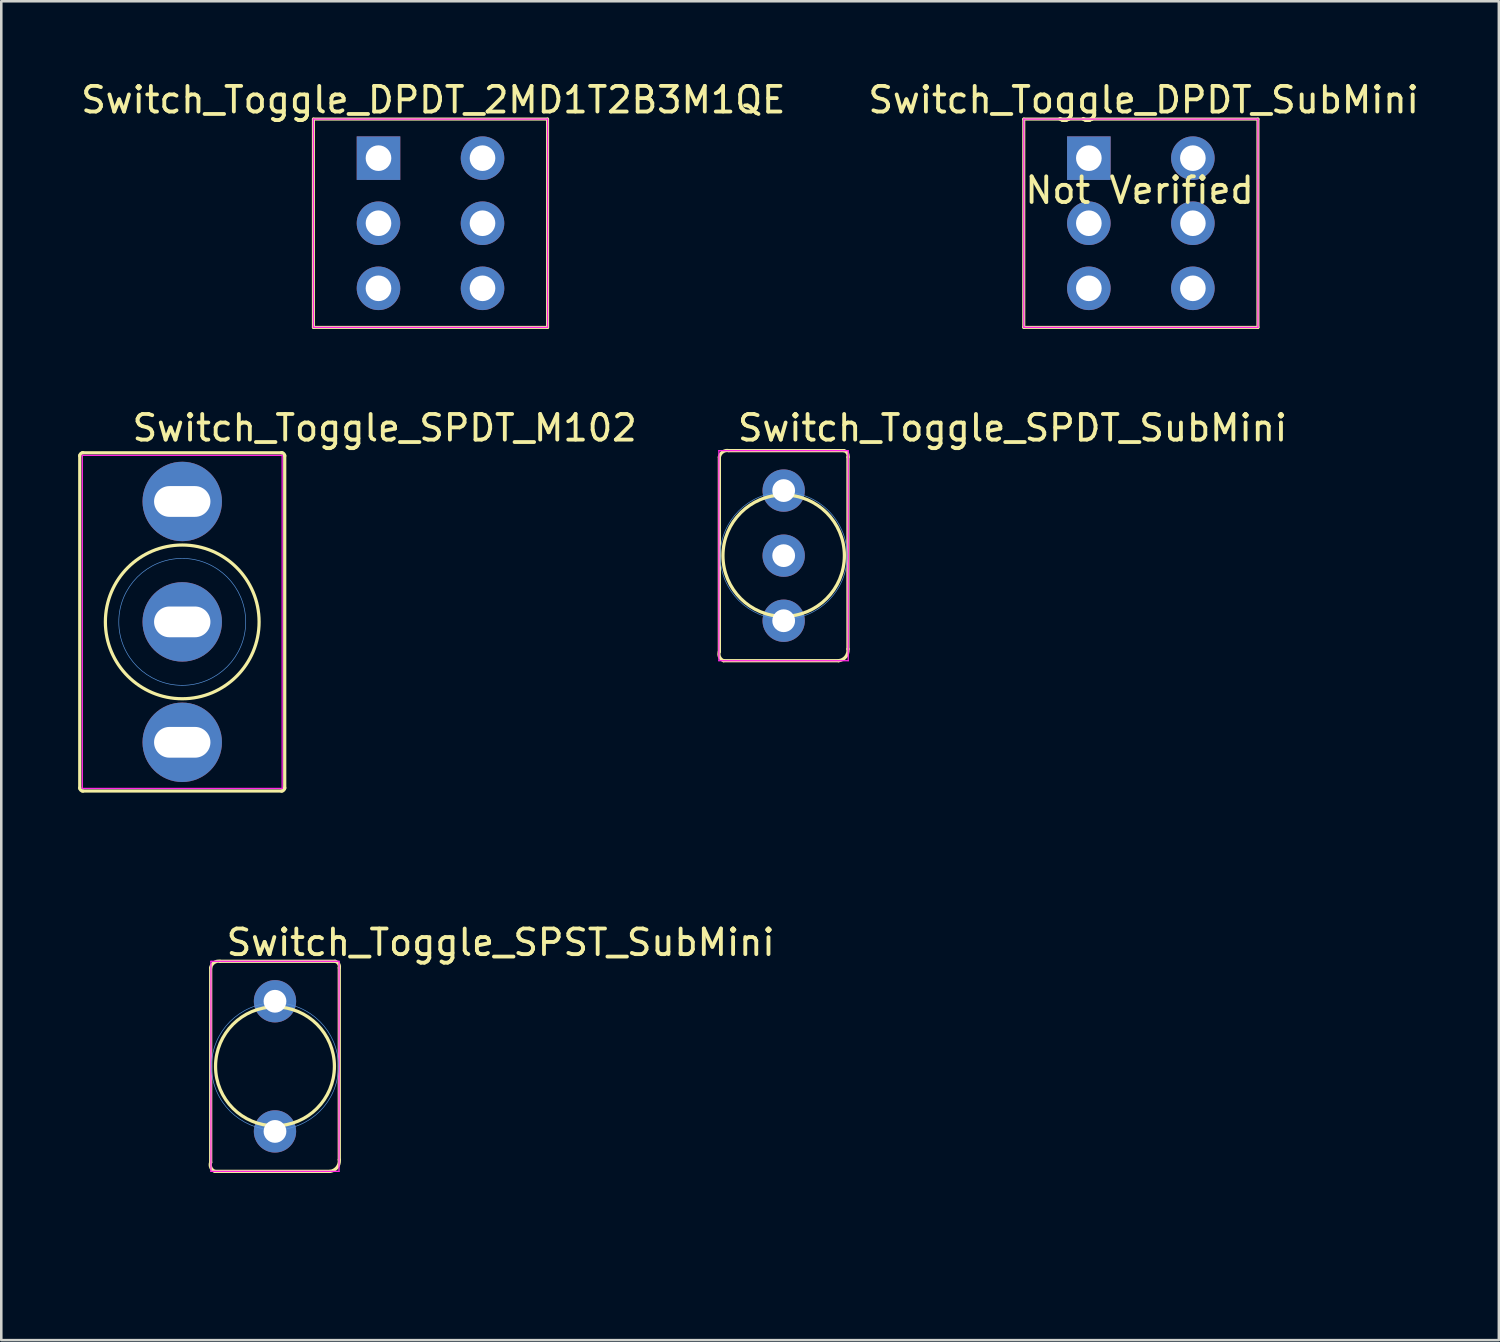
<source format=kicad_pcb>
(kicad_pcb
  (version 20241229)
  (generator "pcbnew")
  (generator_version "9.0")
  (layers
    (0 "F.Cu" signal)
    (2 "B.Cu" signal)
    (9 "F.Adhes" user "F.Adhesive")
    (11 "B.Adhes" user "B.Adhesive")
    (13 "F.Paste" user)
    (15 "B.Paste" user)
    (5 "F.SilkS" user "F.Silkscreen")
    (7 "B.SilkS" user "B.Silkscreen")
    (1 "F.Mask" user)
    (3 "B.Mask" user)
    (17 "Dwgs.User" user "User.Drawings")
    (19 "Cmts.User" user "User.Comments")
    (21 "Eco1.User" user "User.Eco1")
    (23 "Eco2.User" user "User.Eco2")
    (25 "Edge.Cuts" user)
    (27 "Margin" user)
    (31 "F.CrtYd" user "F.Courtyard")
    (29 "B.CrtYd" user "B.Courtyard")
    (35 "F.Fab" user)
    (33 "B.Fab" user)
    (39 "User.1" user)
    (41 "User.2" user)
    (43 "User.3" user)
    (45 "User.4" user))
  (footprint "Switch_Toggle_DPDT_2MD1T2B3M1QE"
    (layer "F.Cu")
    (at 13.733 5.648)
    (property "Reference" "Switch_Toggle_DPDT_2MD1T2B3M1QE" (at 0.13 -4.8 180) (layer "F.SilkS") (effects (font (size 1 1) (thickness 0.15))))
    (attr through_hole)
    (fp_line (start -4.55 -4.05) (end -4.55 4.08) (stroke (width 0.12) (type solid)) (layer "F.SilkS"))
    (fp_line (start -4.55 4.08) (end 4.59 4.08) (stroke (width 0.12) (type solid)) (layer "F.SilkS"))
    (fp_line (start 4.59 -4.05) (end -4.55 -4.05) (stroke (width 0.12) (type solid)) (layer "F.SilkS"))
    (fp_line (start 4.59 4.08) (end 4.59 -4.05) (stroke (width 0.12) (type solid)) (layer "F.SilkS"))
    (fp_line (start -4.55 -4.05) (end -4.55 4.08) (stroke (width 0.05) (type solid)) (layer "F.CrtYd"))
    (fp_line (start -4.55 4.08) (end 4.59 4.08) (stroke (width 0.05) (type solid)) (layer "F.CrtYd"))
    (fp_line (start 4.59 -4.05) (end -4.55 -4.05) (stroke (width 0.05) (type solid)) (layer "F.CrtYd"))
    (fp_line (start 4.59 4.08) (end 4.59 -4.05) (stroke (width 0.05) (type solid)) (layer "F.CrtYd"))
    (fp_text user "" (at 0.05 -4.8 0) (layer "F.SilkS") (effects (font (size 1 1) (thickness 0.15))))
    (pad "1" thru_hole rect (at -2.01 -2.525) (size 1.7 1.7) (drill 1) (layers "*.Cu" "*.Mask"))
    (pad "2" thru_hole oval (at -2.01 0.015) (size 1.7 1.7) (drill 1) (layers "*.Cu" "*.Mask"))
    (pad "3" thru_hole oval (at -2.01 2.555) (size 1.7 1.7) (drill 1) (layers "*.Cu" "*.Mask"))
    (pad "4" thru_hole oval (at 2.05 -2.525) (size 1.7 1.7) (drill 1) (layers "*.Cu" "*.Mask"))
    (pad "5" thru_hole oval (at 2.05 0.015) (size 1.7 1.7) (drill 1) (layers "*.Cu" "*.Mask"))
    (pad "6" thru_hole oval (at 2.05 2.555) (size 1.7 1.7) (drill 1) (layers "*.Cu" "*.Mask")))
  (footprint "Switch_Toggle_SPDT_SubMini"
    (layer "F.Cu")
    (at 27.538 18.638)
    (property "Reference" "Switch_Toggle_SPDT_SubMini" (at -1.88 -4.4 0) (layer "F.SilkS") (effects (font (size 1 1) (thickness 0.15)) (justify left bottom)))
    (attr through_hole)
    (fp_line (start -2.51 3.746) (end -2.51 -3.846) (stroke (width 0.127) (type solid)) (layer "F.SilkS"))
    (fp_line (start -2.146 -4.1) (end 2.346 -4.1) (stroke (width 0.127) (type solid)) (layer "F.SilkS"))
    (fp_line (start 2.146 4.1) (end -2.346 4.1) (stroke (width 0.127) (type solid)) (layer "F.SilkS"))
    (fp_line (start 2.51 -3.846) (end 2.51 3.646) (stroke (width 0.127) (type solid)) (layer "F.SilkS"))
    (fp_arc (start -2.51 -3.846) (mid -2.380625 -4.048417) (end -2.145999 -4.100001) (stroke (width 0.127) (type solid)) (layer "F.SilkS"))
    (fp_arc (start -2.346 4.1) (mid -2.501345 3.956979) (end -2.51 3.746) (stroke (width 0.127) (type solid)) (layer "F.SilkS"))
    (fp_arc (start 2.346 -4.1) (mid 2.480605 -4.006966) (end 2.51 -3.846) (stroke (width 0.127) (type solid)) (layer "F.SilkS"))
    (fp_arc (start 2.51 3.646) (mid 2.422026 3.948387) (end 2.146 4.1) (stroke (width 0.127) (type solid)) (layer "F.SilkS"))
    (fp_circle (center 0 0) (end 2.37 0) (stroke (width 0.127) (type solid)) (fill no) (layer "F.SilkS"))
    (fp_circle (center 0 0) (end 2.477 0) (stroke (width 0.025) (type solid)) (fill no) (layer "Cmts.User"))
    (fp_line (start -2.53 -4.1) (end 2.52 -4.1) (stroke (width 0.05) (type solid)) (layer "F.CrtYd"))
    (fp_line (start -2.53 4.1) (end -2.53 -4.1) (stroke (width 0.05) (type solid)) (layer "F.CrtYd"))
    (fp_line (start 2.52 -4.1) (end 2.52 4.1) (stroke (width 0.05) (type solid)) (layer "F.CrtYd"))
    (fp_line (start 2.52 4.1) (end -2.53 4.1) (stroke (width 0.05) (type solid)) (layer "F.CrtYd"))
    (pad "1" thru_hole circle (at 0 -2.54) (size 1.651 1.651) (drill 0.889) (layers "*.Cu" "*.Mask"))
    (pad "2" thru_hole circle (at 0 0) (size 1.651 1.651) (drill 0.889) (layers "*.Cu" "*.Mask"))
    (pad "3" thru_hole circle (at 0 2.54) (size 1.651 1.651) (drill 0.889) (layers "*.Cu" "*.Mask")))
  (footprint "Switch_Toggle_SPDT_M102"
    (layer "F.Cu")
    (at 4.063 21.223)
    (property "Reference" "Switch_Toggle_SPDT_M102" (at -2.032 -6.985 0) (layer "F.SilkS") (effects (font (size 1 1) (thickness 0.15)) (justify left bottom)))
    (attr through_hole)
    (fp_line (start -4 6.5) (end -4 -6.5) (stroke (width 0.125) (type solid)) (layer "F.SilkS"))
    (fp_line (start -3.9 -6.6) (end 3.9 -6.6) (stroke (width 0.125) (type solid)) (layer "F.SilkS"))
    (fp_line (start 3.9 6.6) (end -3.9 6.6) (stroke (width 0.125) (type solid)) (layer "F.SilkS"))
    (fp_line (start 4 -6.5) (end 4 6.5) (stroke (width 0.125) (type solid)) (layer "F.SilkS"))
    (fp_arc (start -4.0005 -6.477) (mid -3.963303 -6.566803) (end -3.8735 -6.604) (stroke (width 0.125) (type solid)) (layer "F.SilkS"))
    (fp_arc (start -3.8735 6.604) (mid -3.963303 6.566803) (end -4.0005 6.477) (stroke (width 0.125) (type solid)) (layer "F.SilkS"))
    (fp_arc (start 3.8735 -6.604) (mid 3.963303 -6.566803) (end 4.0005 -6.477) (stroke (width 0.125) (type solid)) (layer "F.SilkS"))
    (fp_arc (start 4.0005 6.477) (mid 3.963303 6.566803) (end 3.8735 6.604) (stroke (width 0.125) (type solid)) (layer "F.SilkS"))
    (fp_circle (center 0 0) (end 3 0) (stroke (width 0.125) (type solid)) (fill no) (layer "F.SilkS"))
    (fp_circle (center 0 0) (end 2.477 0) (stroke (width 0.025) (type solid)) (fill no) (layer "Cmts.User"))
    (fp_line (start -3.9 -6.5) (end 3.9 -6.5) (stroke (width 0.05) (type solid)) (layer "F.CrtYd"))
    (fp_line (start -3.9 6.5) (end -3.9 -6.5) (stroke (width 0.05) (type solid)) (layer "F.CrtYd"))
    (fp_line (start 3.9 -6.5) (end 3.9 6.5) (stroke (width 0.05) (type solid)) (layer "F.CrtYd"))
    (fp_line (start 3.9 6.5) (end -3.9 6.5) (stroke (width 0.05) (type solid)) (layer "F.CrtYd"))
    (pad "1" thru_hole circle (at 0 -4.7) (size 3.1 3.1) (drill oval 2.2 1.2) (layers "*.Cu" "*.Mask"))
    (pad "2" thru_hole circle (at 0 0) (size 3.1 3.1) (drill oval 2.2 1.2) (layers "*.Cu" "*.Mask"))
    (pad "3" thru_hole circle (at 0 4.7) (size 3.1 3.1) (drill oval 2.2 1.2) (layers "*.Cu" "*.Mask")))
  (footprint "Switch_Toggle_SPST_SubMini"
    (layer "F.Cu")
    (at 7.683 38.571)
    (property "Reference" "Switch_Toggle_SPST_SubMini" (at -1.98 -4.25 0) (layer "F.SilkS") (effects (font (size 1 1) (thickness 0.15)) (justify left bottom)))
    (attr through_hole)
    (fp_line (start -2.51 3.746) (end -2.51 -3.846) (stroke (width 0.127) (type solid)) (layer "F.SilkS"))
    (fp_line (start -2.146 -4.1) (end 2.346 -4.1) (stroke (width 0.127) (type solid)) (layer "F.SilkS"))
    (fp_line (start 2.146 4.1) (end -2.346 4.1) (stroke (width 0.127) (type solid)) (layer "F.SilkS"))
    (fp_line (start 2.51 -3.846) (end 2.51 3.646) (stroke (width 0.127) (type solid)) (layer "F.SilkS"))
    (fp_arc (start -2.51 -3.846) (mid -2.380625 -4.048417) (end -2.145999 -4.100001) (stroke (width 0.127) (type solid)) (layer "F.SilkS"))
    (fp_arc (start -2.346 4.1) (mid -2.501345 3.956979) (end -2.51 3.746) (stroke (width 0.127) (type solid)) (layer "F.SilkS"))
    (fp_arc (start 2.346 -4.1) (mid 2.480605 -4.006966) (end 2.51 -3.846) (stroke (width 0.127) (type solid)) (layer "F.SilkS"))
    (fp_arc (start 2.51 3.646) (mid 2.422026 3.948387) (end 2.146 4.1) (stroke (width 0.127) (type solid)) (layer "F.SilkS"))
    (fp_circle (center 0 0) (end 2.32 0) (stroke (width 0.127) (type solid)) (fill no) (layer "F.SilkS"))
    (fp_circle (center 0 0) (end 2.477 0) (stroke (width 0.025) (type solid)) (fill no) (layer "Cmts.User"))
    (fp_circle (center 0.000163 0.002) (end 7.62 0.002) (stroke (width 0.127) (type solid)) (fill no) (layer "Eco1.User"))
    (fp_line (start -2.5 -4.1) (end -2.5 4.1) (stroke (width 0.05) (type solid)) (layer "F.CrtYd"))
    (fp_line (start -2.5 4.1) (end 2.5 4.1) (stroke (width 0.05) (type solid)) (layer "F.CrtYd"))
    (fp_line (start 2.5 -4.1) (end -2.5 -4.1) (stroke (width 0.05) (type solid)) (layer "F.CrtYd"))
    (fp_line (start 2.5 4.1) (end 2.5 -4.1) (stroke (width 0.05) (type solid)) (layer "F.CrtYd"))
    (pad "1" thru_hole circle (at 0 -2.54) (size 1.651 1.651) (drill 0.889) (layers "*.Cu" "*.Mask"))
    (pad "2" thru_hole circle (at 0 2.54) (size 1.651 1.651) (drill 0.889) (layers "*.Cu" "*.Mask")))
  (footprint "Switch_Toggle_DPDT_SubMini"
    (layer "F.Cu")
    (at 41.459 5.648)
    (property "Reference" "Switch_Toggle_DPDT_SubMini" (at 0.13 -4.8 180) (layer "F.SilkS") (effects (font (size 1 1) (thickness 0.15))))
    (attr through_hole)
    (fp_line (start -4.55 -4.05) (end -4.55 4.08) (stroke (width 0.12) (type solid)) (layer "F.SilkS"))
    (fp_line (start -4.55 4.08) (end 4.59 4.08) (stroke (width 0.12) (type solid)) (layer "F.SilkS"))
    (fp_line (start 4.59 -4.05) (end -4.55 -4.05) (stroke (width 0.12) (type solid)) (layer "F.SilkS"))
    (fp_line (start 4.59 4.08) (end 4.59 -4.05) (stroke (width 0.12) (type solid)) (layer "F.SilkS"))
    (fp_line (start -4.55 -4.05) (end -4.55 4.08) (stroke (width 0.05) (type solid)) (layer "F.CrtYd"))
    (fp_line (start -4.55 4.08) (end 4.59 4.08) (stroke (width 0.05) (type solid)) (layer "F.CrtYd"))
    (fp_line (start 4.59 -4.05) (end -4.55 -4.05) (stroke (width 0.05) (type solid)) (layer "F.CrtYd"))
    (fp_line (start 4.59 4.08) (end 4.59 -4.05) (stroke (width 0.05) (type solid)) (layer "F.CrtYd"))
    (fp_text user "" (at 0.05 -4.8 0) (layer "F.SilkS") (effects (font (size 1 1) (thickness 0.15))))
    (fp_text user "Not Verified" (at -0.03 -1.27 0) (layer "F.SilkS") (effects (font (size 1 1) (thickness 0.15))))
    (pad "1" thru_hole rect (at -2.01 -2.525) (size 1.7 1.7) (drill 1) (layers "*.Cu" "*.Mask"))
    (pad "2" thru_hole oval (at -2.01 0.015) (size 1.7 1.7) (drill 1) (layers "*.Cu" "*.Mask"))
    (pad "3" thru_hole oval (at -2.01 2.555) (size 1.7 1.7) (drill 1) (layers "*.Cu" "*.Mask"))
    (pad "4" thru_hole oval (at 2.05 -2.525) (size 1.7 1.7) (drill 1) (layers "*.Cu" "*.Mask"))
    (pad "5" thru_hole oval (at 2.05 0.015) (size 1.7 1.7) (drill 1) (layers "*.Cu" "*.Mask"))
    (pad "6" thru_hole oval (at 2.05 2.555) (size 1.7 1.7) (drill 1) (layers "*.Cu" "*.Mask")))
  (gr_rect
    (start -3 -3)
    (end 55.452 49.257)
    (stroke (width 0.1) (type default))
    (fill no)
    (layer "Edge.Cuts")))
</source>
